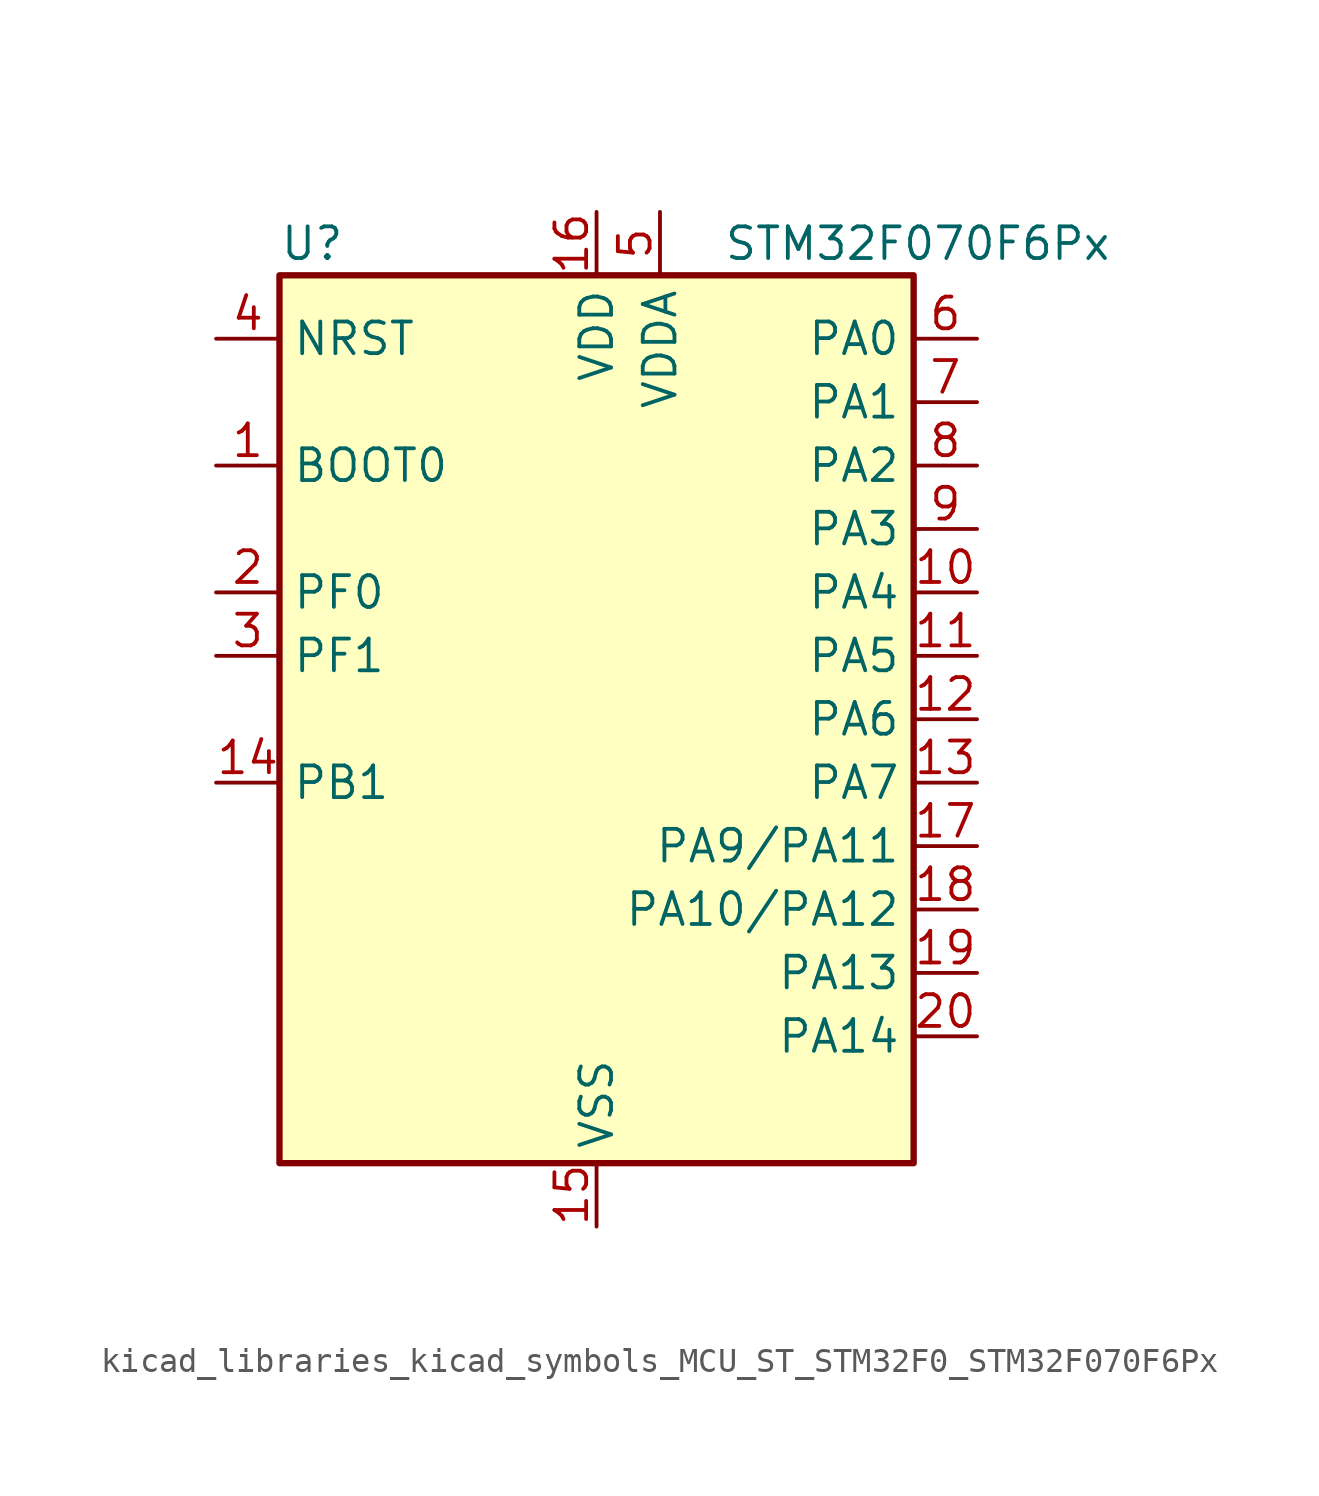
<source format=kicad_sym>
(kicad_symbol_lib
  (version 20220914)
  (generator kicad_symbol_editor)
  (symbol "kicad_libraries_kicad_symbols_MCU_ST_STM32F0_STM32F070F6Px"
    (property "Reference" "U"
      (at -12.7 19.05 0)
      (effects (font (size 1.27 1.27)) (justify left)))
    (property "Value" "STM32F070F6Px"
      (at 5.08 19.05 0)
      (effects (font (size 1.27 1.27)) (justify left)))
    (property "ki_locked" ""
      (at 0 0 0)
      (effects (font (size 1.27 1.27))))
    (symbol "kicad_libraries_kicad_symbols_MCU_ST_STM32F0_STM32F070F6Px_0_1"
      (rectangle (start -12.7 -17.78) (end 12.7 17.78) (stroke (width 0.254) (type default)) (fill (type background))))
    (symbol "kicad_libraries_kicad_symbols_MCU_ST_STM32F0_STM32F070F6Px_1_1"
      (pin input line (at -15.24 10.16 0) (length 2.54) (name "BOOT0" (effects (font (size 1.27 1.27)))) (number "1" (effects (font (size 1.27 1.27)))))
      (pin bidirectional line (at 15.24 5.08 180) (length 2.54) (name "PA4" (effects (font (size 1.27 1.27)))) (number "10" (effects (font (size 1.27 1.27)))) (alternate "ADC_IN4" bidirectional line) (alternate "SPI1_NSS" bidirectional line) (alternate "TIM14_CH1" bidirectional line) (alternate "USART2_CK" bidirectional line) (alternate "USB_NOE" bidirectional line))
      (pin bidirectional line (at 15.24 2.54 180) (length 2.54) (name "PA5" (effects (font (size 1.27 1.27)))) (number "11" (effects (font (size 1.27 1.27)))) (alternate "ADC_IN5" bidirectional line) (alternate "SPI1_SCK" bidirectional line))
      (pin bidirectional line (at 15.24 0 180) (length 2.54) (name "PA6" (effects (font (size 1.27 1.27)))) (number "12" (effects (font (size 1.27 1.27)))) (alternate "ADC_IN6" bidirectional line) (alternate "SPI1_MISO" bidirectional line) (alternate "TIM16_CH1" bidirectional line) (alternate "TIM1_BKIN" bidirectional line) (alternate "TIM3_CH1" bidirectional line))
      (pin bidirectional line (at 15.24 -2.54 180) (length 2.54) (name "PA7" (effects (font (size 1.27 1.27)))) (number "13" (effects (font (size 1.27 1.27)))) (alternate "ADC_IN7" bidirectional line) (alternate "SPI1_MOSI" bidirectional line) (alternate "TIM14_CH1" bidirectional line) (alternate "TIM17_CH1" bidirectional line) (alternate "TIM1_CH1N" bidirectional line) (alternate "TIM3_CH2" bidirectional line))
      (pin bidirectional line (at -15.24 -2.54 0) (length 2.54) (name "PB1" (effects (font (size 1.27 1.27)))) (number "14" (effects (font (size 1.27 1.27)))) (alternate "ADC_IN9" bidirectional line) (alternate "TIM14_CH1" bidirectional line) (alternate "TIM1_CH3N" bidirectional line) (alternate "TIM3_CH4" bidirectional line))
      (pin power_in line (at 0 -20.32 90) (length 2.54) (name "VSS" (effects (font (size 1.27 1.27)))) (number "15" (effects (font (size 1.27 1.27)))))
      (pin power_in line (at 0 20.32 270) (length 2.54) (name "VDD" (effects (font (size 1.27 1.27)))) (number "16" (effects (font (size 1.27 1.27)))))
      (pin bidirectional line (at 15.24 -5.08 180) (length 2.54) (name "PA9/PA11" (effects (font (size 1.27 1.27)))) (number "17" (effects (font (size 1.27 1.27)))) (alternate "I2C1_SCL" bidirectional line) (alternate "TIM1_CH2" bidirectional line) (alternate "USART1_TX" bidirectional line))
      (pin bidirectional line (at 15.24 -7.62 180) (length 2.54) (name "PA10/PA12" (effects (font (size 1.27 1.27)))) (number "18" (effects (font (size 1.27 1.27)))) (alternate "I2C1_SDA" bidirectional line) (alternate "TIM17_BKIN" bidirectional line) (alternate "TIM1_CH3" bidirectional line) (alternate "USART1_RX" bidirectional line))
      (pin bidirectional line (at 15.24 -10.16 180) (length 2.54) (name "PA13" (effects (font (size 1.27 1.27)))) (number "19" (effects (font (size 1.27 1.27)))) (alternate "IR_OUT" bidirectional line) (alternate "SYS_SWDIO" bidirectional line) (alternate "USB_NOE" bidirectional line))
      (pin bidirectional line (at -15.24 5.08 0) (length 2.54) (name "PF0" (effects (font (size 1.27 1.27)))) (number "2" (effects (font (size 1.27 1.27)))) (alternate "I2C1_SDA" bidirectional line) (alternate "RCC_OSC_IN" bidirectional line))
      (pin bidirectional line (at 15.24 -12.7 180) (length 2.54) (name "PA14" (effects (font (size 1.27 1.27)))) (number "20" (effects (font (size 1.27 1.27)))) (alternate "SYS_SWCLK" bidirectional line) (alternate "USART2_TX" bidirectional line))
      (pin bidirectional line (at -15.24 2.54 0) (length 2.54) (name "PF1" (effects (font (size 1.27 1.27)))) (number "3" (effects (font (size 1.27 1.27)))) (alternate "I2C1_SCL" bidirectional line) (alternate "RCC_OSC_OUT" bidirectional line))
      (pin input line (at -15.24 15.24 0) (length 2.54) (name "NRST" (effects (font (size 1.27 1.27)))) (number "4" (effects (font (size 1.27 1.27)))))
      (pin power_in line (at 2.54 20.32 270) (length 2.54) (name "VDDA" (effects (font (size 1.27 1.27)))) (number "5" (effects (font (size 1.27 1.27)))))
      (pin bidirectional line (at 15.24 15.24 180) (length 2.54) (name "PA0" (effects (font (size 1.27 1.27)))) (number "6" (effects (font (size 1.27 1.27)))) (alternate "ADC_IN0" bidirectional line) (alternate "RTC_TAMP2" bidirectional line) (alternate "SYS_WKUP1" bidirectional line) (alternate "USART2_CTS" bidirectional line))
      (pin bidirectional line (at 15.24 12.7 180) (length 2.54) (name "PA1" (effects (font (size 1.27 1.27)))) (number "7" (effects (font (size 1.27 1.27)))) (alternate "ADC_IN1" bidirectional line) (alternate "USART2_DE" bidirectional line) (alternate "USART2_RTS" bidirectional line))
      (pin bidirectional line (at 15.24 10.16 180) (length 2.54) (name "PA2" (effects (font (size 1.27 1.27)))) (number "8" (effects (font (size 1.27 1.27)))) (alternate "ADC_IN2" bidirectional line) (alternate "SYS_WKUP4" bidirectional line) (alternate "USART2_TX" bidirectional line))
      (pin bidirectional line (at 15.24 7.62 180) (length 2.54) (name "PA3" (effects (font (size 1.27 1.27)))) (number "9" (effects (font (size 1.27 1.27)))) (alternate "ADC_IN3" bidirectional line) (alternate "USART2_RX" bidirectional line)))))
</source>
